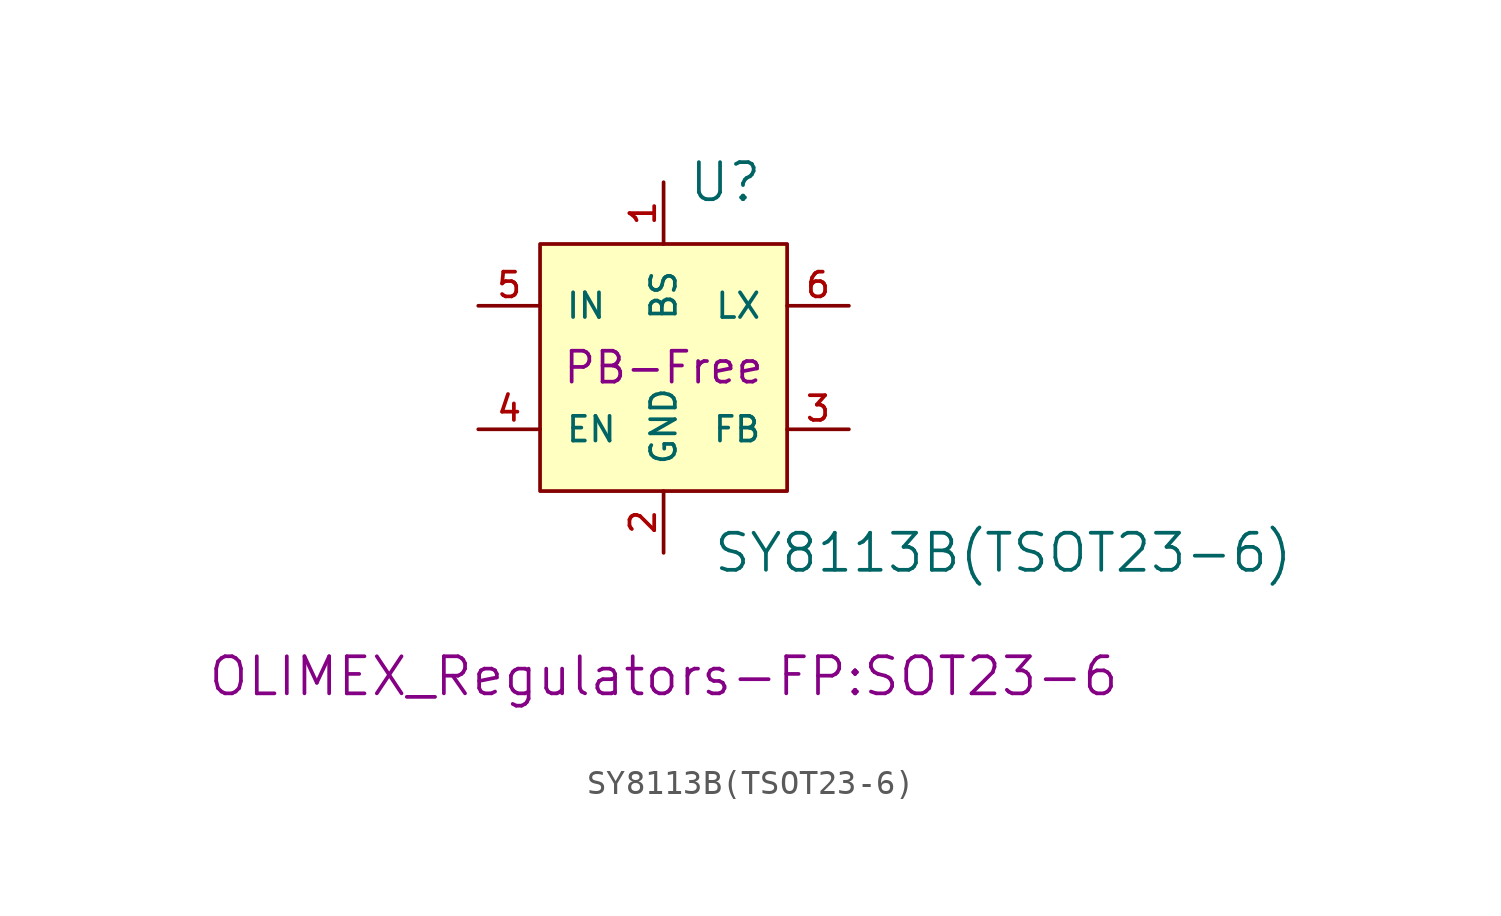
<source format=kicad_sym>
(kicad_symbol_lib
  (version 20220914)
  (generator kicad_symbol_editor)
  (symbol "SY8113B(TSOT23-6)"
    (pin_names
      (offset 1.016))
    (property "Reference" "U"
      (at 2.54 7.62 0)
      (effects (font (size 1.524 1.524))))
    (property "Value" "SY8113B(TSOT23-6)"
      (at 13.97 -7.62 0)
      (effects (font (size 1.524 1.524))))
    (property "Footprint" "OLIMEX_Regulators-FP:SOT23-6"
      (at 0 -12.7 0)
      (effects (font (size 1.524 1.524))))
    (property "Datasheet" ""
      (at 0 0 0)
      (effects (font (size 1.524 1.524))))
    (property "Note" "PB-Free"
      (at 0 0 0)
      (effects (font (size 1.27 1.27))))
    (symbol "SY8113B(TSOT23-6)_0_1"
      (rectangle (start -5.08 5.08) (end 5.08 -5.08) (stroke (width 0) (type solid)) (fill (type background))))
    (symbol "SY8113B(TSOT23-6)_1_1"
      (pin bidirectional line (at 0 7.62 270) (length 2.54) (name "BS" (effects (font (size 1.016 1.016)))) (number "1" (effects (font (size 1.016 1.016)))))
      (pin passive line (at 0 -7.62 90) (length 2.54) (name "GND" (effects (font (size 1.016 1.016)))) (number "2" (effects (font (size 1.016 1.016)))))
      (pin input line (at 7.62 -2.54 180) (length 2.54) (name "FB" (effects (font (size 1.016 1.016)))) (number "3" (effects (font (size 1.016 1.016)))))
      (pin input line (at -7.62 -2.54 0) (length 2.54) (name "EN" (effects (font (size 1.016 1.016)))) (number "4" (effects (font (size 1.016 1.016)))))
      (pin power_in line (at -7.62 2.54 0) (length 2.54) (name "IN" (effects (font (size 1.016 1.016)))) (number "5" (effects (font (size 1.016 1.016)))))
      (pin power_out line (at 7.62 2.54 180) (length 2.54) (name "LX" (effects (font (size 1.016 1.016)))) (number "6" (effects (font (size 1.016 1.016))))))))
</source>
